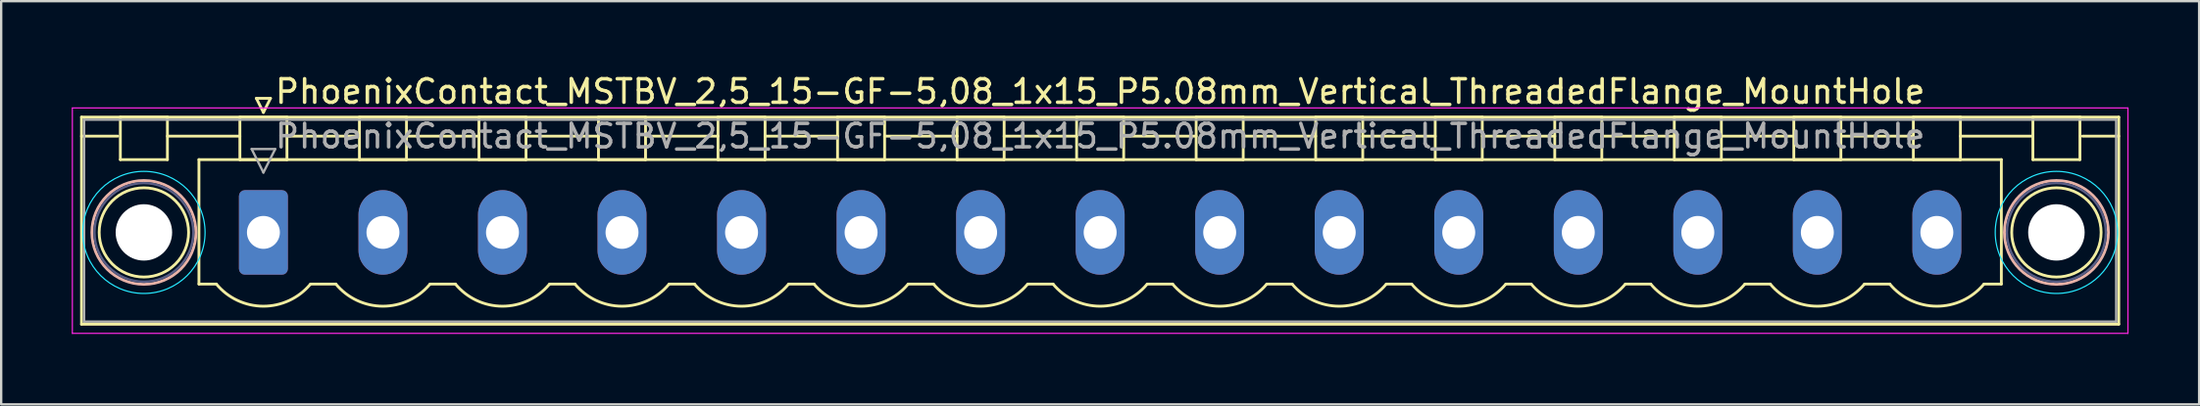
<source format=kicad_pcb>
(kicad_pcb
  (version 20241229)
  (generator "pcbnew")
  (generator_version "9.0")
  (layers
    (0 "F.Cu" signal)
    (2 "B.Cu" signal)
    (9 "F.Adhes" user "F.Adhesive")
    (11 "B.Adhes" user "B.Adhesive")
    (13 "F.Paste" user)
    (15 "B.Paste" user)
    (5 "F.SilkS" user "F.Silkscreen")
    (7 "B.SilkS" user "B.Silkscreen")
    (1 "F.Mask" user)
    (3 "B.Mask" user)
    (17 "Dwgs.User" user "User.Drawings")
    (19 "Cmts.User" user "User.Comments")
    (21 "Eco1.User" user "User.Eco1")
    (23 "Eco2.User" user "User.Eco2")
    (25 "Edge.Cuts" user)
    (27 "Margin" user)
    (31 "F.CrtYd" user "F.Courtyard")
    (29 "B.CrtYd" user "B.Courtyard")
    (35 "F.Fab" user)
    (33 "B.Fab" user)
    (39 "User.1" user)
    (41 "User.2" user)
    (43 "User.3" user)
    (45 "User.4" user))
  (footprint "PhoenixContact_MSTBV_2,5_15-GF-5,08_1x15_P5.08mm_Vertical_ThreadedFlange_MountHole"
    (layer "F.Cu")
    (at 8.145 6.848)
    (property "Reference" "PhoenixContact_MSTBV_2,5_15-GF-5,08_1x15_P5.08mm_Vertical_ThreadedFlange_MountHole" (at 35.56 -6 0) (layer "F.SilkS") (effects (font (size 1 1) (thickness 0.15))))
    (attr through_hole)
    (fp_line (start -7.73 -4.91) (end -7.73 3.91) (stroke (width 0.12) (type solid)) (layer "F.SilkS"))
    (fp_line (start -7.73 -4.1) (end -6.19 -4.1) (stroke (width 0.12) (type solid)) (layer "F.SilkS"))
    (fp_line (start -7.73 3.91) (end 78.85 3.91) (stroke (width 0.12) (type solid)) (layer "F.SilkS"))
    (fp_line (start -6.08 -4.91) (end -4.08 -4.91) (stroke (width 0.12) (type solid)) (layer "F.SilkS"))
    (fp_line (start -6.08 -3.1) (end -6.08 -4.91) (stroke (width 0.12) (type solid)) (layer "F.SilkS"))
    (fp_line (start -4.08 -4.91) (end -4.08 -3.1) (stroke (width 0.12) (type solid)) (layer "F.SilkS"))
    (fp_line (start -4.08 -4.1) (end -1 -4.1) (stroke (width 0.12) (type solid)) (layer "F.SilkS"))
    (fp_line (start -4.08 -3.1) (end -6.08 -3.1) (stroke (width 0.12) (type solid)) (layer "F.SilkS"))
    (fp_line (start -2.74 -3.1) (end 73.86 -3.1) (stroke (width 0.12) (type solid)) (layer "F.SilkS"))
    (fp_line (start -2.74 2.2) (end -2.74 -3.1) (stroke (width 0.12) (type solid)) (layer "F.SilkS"))
    (fp_line (start -2 2.2) (end -2.74 2.2) (stroke (width 0.12) (type solid)) (layer "F.SilkS"))
    (fp_line (start -1 -4.91) (end 1 -4.91) (stroke (width 0.12) (type solid)) (layer "F.SilkS"))
    (fp_line (start -1 -3.1) (end -1 -4.91) (stroke (width 0.12) (type solid)) (layer "F.SilkS"))
    (fp_line (start -0.3 -5.71) (end 0.3 -5.71) (stroke (width 0.12) (type solid)) (layer "F.SilkS"))
    (fp_line (start 0 -5.11) (end -0.3 -5.71) (stroke (width 0.12) (type solid)) (layer "F.SilkS"))
    (fp_line (start 0.3 -5.71) (end 0 -5.11) (stroke (width 0.12) (type solid)) (layer "F.SilkS"))
    (fp_line (start 1 -4.91) (end 1 -3.1) (stroke (width 0.12) (type solid)) (layer "F.SilkS"))
    (fp_line (start 1 -4.1) (end 4.08 -4.1) (stroke (width 0.12) (type solid)) (layer "F.SilkS"))
    (fp_line (start 1 -3.1) (end -1 -3.1) (stroke (width 0.12) (type solid)) (layer "F.SilkS"))
    (fp_line (start 2 2.2) (end 3.08 2.2) (stroke (width 0.12) (type solid)) (layer "F.SilkS"))
    (fp_line (start 4.08 -4.91) (end 6.08 -4.91) (stroke (width 0.12) (type solid)) (layer "F.SilkS"))
    (fp_line (start 4.08 -3.1) (end 4.08 -4.91) (stroke (width 0.12) (type solid)) (layer "F.SilkS"))
    (fp_line (start 6.08 -4.91) (end 6.08 -3.1) (stroke (width 0.12) (type solid)) (layer "F.SilkS"))
    (fp_line (start 6.08 -4.1) (end 9.16 -4.1) (stroke (width 0.12) (type solid)) (layer "F.SilkS"))
    (fp_line (start 6.08 -3.1) (end 4.08 -3.1) (stroke (width 0.12) (type solid)) (layer "F.SilkS"))
    (fp_line (start 7.08 2.2) (end 8.16 2.2) (stroke (width 0.12) (type solid)) (layer "F.SilkS"))
    (fp_line (start 9.16 -4.91) (end 11.16 -4.91) (stroke (width 0.12) (type solid)) (layer "F.SilkS"))
    (fp_line (start 9.16 -3.1) (end 9.16 -4.91) (stroke (width 0.12) (type solid)) (layer "F.SilkS"))
    (fp_line (start 11.16 -4.91) (end 11.16 -3.1) (stroke (width 0.12) (type solid)) (layer "F.SilkS"))
    (fp_line (start 11.16 -4.1) (end 14.24 -4.1) (stroke (width 0.12) (type solid)) (layer "F.SilkS"))
    (fp_line (start 11.16 -3.1) (end 9.16 -3.1) (stroke (width 0.12) (type solid)) (layer "F.SilkS"))
    (fp_line (start 12.16 2.2) (end 13.24 2.2) (stroke (width 0.12) (type solid)) (layer "F.SilkS"))
    (fp_line (start 14.24 -4.91) (end 16.24 -4.91) (stroke (width 0.12) (type solid)) (layer "F.SilkS"))
    (fp_line (start 14.24 -3.1) (end 14.24 -4.91) (stroke (width 0.12) (type solid)) (layer "F.SilkS"))
    (fp_line (start 16.24 -4.91) (end 16.24 -3.1) (stroke (width 0.12) (type solid)) (layer "F.SilkS"))
    (fp_line (start 16.24 -4.1) (end 19.32 -4.1) (stroke (width 0.12) (type solid)) (layer "F.SilkS"))
    (fp_line (start 16.24 -3.1) (end 14.24 -3.1) (stroke (width 0.12) (type solid)) (layer "F.SilkS"))
    (fp_line (start 17.24 2.2) (end 18.32 2.2) (stroke (width 0.12) (type solid)) (layer "F.SilkS"))
    (fp_line (start 19.32 -4.91) (end 21.32 -4.91) (stroke (width 0.12) (type solid)) (layer "F.SilkS"))
    (fp_line (start 19.32 -3.1) (end 19.32 -4.91) (stroke (width 0.12) (type solid)) (layer "F.SilkS"))
    (fp_line (start 21.32 -4.91) (end 21.32 -3.1) (stroke (width 0.12) (type solid)) (layer "F.SilkS"))
    (fp_line (start 21.32 -4.1) (end 24.4 -4.1) (stroke (width 0.12) (type solid)) (layer "F.SilkS"))
    (fp_line (start 21.32 -3.1) (end 19.32 -3.1) (stroke (width 0.12) (type solid)) (layer "F.SilkS"))
    (fp_line (start 22.32 2.2) (end 23.4 2.2) (stroke (width 0.12) (type solid)) (layer "F.SilkS"))
    (fp_line (start 24.4 -4.91) (end 26.4 -4.91) (stroke (width 0.12) (type solid)) (layer "F.SilkS"))
    (fp_line (start 24.4 -3.1) (end 24.4 -4.91) (stroke (width 0.12) (type solid)) (layer "F.SilkS"))
    (fp_line (start 26.4 -4.91) (end 26.4 -3.1) (stroke (width 0.12) (type solid)) (layer "F.SilkS"))
    (fp_line (start 26.4 -4.1) (end 29.48 -4.1) (stroke (width 0.12) (type solid)) (layer "F.SilkS"))
    (fp_line (start 26.4 -3.1) (end 24.4 -3.1) (stroke (width 0.12) (type solid)) (layer "F.SilkS"))
    (fp_line (start 27.4 2.2) (end 28.48 2.2) (stroke (width 0.12) (type solid)) (layer "F.SilkS"))
    (fp_line (start 29.48 -4.91) (end 31.48 -4.91) (stroke (width 0.12) (type solid)) (layer "F.SilkS"))
    (fp_line (start 29.48 -3.1) (end 29.48 -4.91) (stroke (width 0.12) (type solid)) (layer "F.SilkS"))
    (fp_line (start 31.48 -4.91) (end 31.48 -3.1) (stroke (width 0.12) (type solid)) (layer "F.SilkS"))
    (fp_line (start 31.48 -4.1) (end 34.56 -4.1) (stroke (width 0.12) (type solid)) (layer "F.SilkS"))
    (fp_line (start 31.48 -3.1) (end 29.48 -3.1) (stroke (width 0.12) (type solid)) (layer "F.SilkS"))
    (fp_line (start 32.48 2.2) (end 33.56 2.2) (stroke (width 0.12) (type solid)) (layer "F.SilkS"))
    (fp_line (start 34.56 -4.91) (end 36.56 -4.91) (stroke (width 0.12) (type solid)) (layer "F.SilkS"))
    (fp_line (start 34.56 -3.1) (end 34.56 -4.91) (stroke (width 0.12) (type solid)) (layer "F.SilkS"))
    (fp_line (start 36.56 -4.91) (end 36.56 -3.1) (stroke (width 0.12) (type solid)) (layer "F.SilkS"))
    (fp_line (start 36.56 -4.1) (end 39.64 -4.1) (stroke (width 0.12) (type solid)) (layer "F.SilkS"))
    (fp_line (start 36.56 -3.1) (end 34.56 -3.1) (stroke (width 0.12) (type solid)) (layer "F.SilkS"))
    (fp_line (start 37.56 2.2) (end 38.64 2.2) (stroke (width 0.12) (type solid)) (layer "F.SilkS"))
    (fp_line (start 39.64 -4.91) (end 41.64 -4.91) (stroke (width 0.12) (type solid)) (layer "F.SilkS"))
    (fp_line (start 39.64 -3.1) (end 39.64 -4.91) (stroke (width 0.12) (type solid)) (layer "F.SilkS"))
    (fp_line (start 41.64 -4.91) (end 41.64 -3.1) (stroke (width 0.12) (type solid)) (layer "F.SilkS"))
    (fp_line (start 41.64 -4.1) (end 44.72 -4.1) (stroke (width 0.12) (type solid)) (layer "F.SilkS"))
    (fp_line (start 41.64 -3.1) (end 39.64 -3.1) (stroke (width 0.12) (type solid)) (layer "F.SilkS"))
    (fp_line (start 42.64 2.2) (end 43.72 2.2) (stroke (width 0.12) (type solid)) (layer "F.SilkS"))
    (fp_line (start 44.72 -4.91) (end 46.72 -4.91) (stroke (width 0.12) (type solid)) (layer "F.SilkS"))
    (fp_line (start 44.72 -3.1) (end 44.72 -4.91) (stroke (width 0.12) (type solid)) (layer "F.SilkS"))
    (fp_line (start 46.72 -4.91) (end 46.72 -3.1) (stroke (width 0.12) (type solid)) (layer "F.SilkS"))
    (fp_line (start 46.72 -4.1) (end 49.8 -4.1) (stroke (width 0.12) (type solid)) (layer "F.SilkS"))
    (fp_line (start 46.72 -3.1) (end 44.72 -3.1) (stroke (width 0.12) (type solid)) (layer "F.SilkS"))
    (fp_line (start 47.72 2.2) (end 48.8 2.2) (stroke (width 0.12) (type solid)) (layer "F.SilkS"))
    (fp_line (start 49.8 -4.91) (end 51.8 -4.91) (stroke (width 0.12) (type solid)) (layer "F.SilkS"))
    (fp_line (start 49.8 -3.1) (end 49.8 -4.91) (stroke (width 0.12) (type solid)) (layer "F.SilkS"))
    (fp_line (start 51.8 -4.91) (end 51.8 -3.1) (stroke (width 0.12) (type solid)) (layer "F.SilkS"))
    (fp_line (start 51.8 -4.1) (end 54.88 -4.1) (stroke (width 0.12) (type solid)) (layer "F.SilkS"))
    (fp_line (start 51.8 -3.1) (end 49.8 -3.1) (stroke (width 0.12) (type solid)) (layer "F.SilkS"))
    (fp_line (start 52.8 2.2) (end 53.88 2.2) (stroke (width 0.12) (type solid)) (layer "F.SilkS"))
    (fp_line (start 54.88 -4.91) (end 56.88 -4.91) (stroke (width 0.12) (type solid)) (layer "F.SilkS"))
    (fp_line (start 54.88 -3.1) (end 54.88 -4.91) (stroke (width 0.12) (type solid)) (layer "F.SilkS"))
    (fp_line (start 56.88 -4.91) (end 56.88 -3.1) (stroke (width 0.12) (type solid)) (layer "F.SilkS"))
    (fp_line (start 56.88 -4.1) (end 59.96 -4.1) (stroke (width 0.12) (type solid)) (layer "F.SilkS"))
    (fp_line (start 56.88 -3.1) (end 54.88 -3.1) (stroke (width 0.12) (type solid)) (layer "F.SilkS"))
    (fp_line (start 57.88 2.2) (end 58.96 2.2) (stroke (width 0.12) (type solid)) (layer "F.SilkS"))
    (fp_line (start 59.96 -4.91) (end 61.96 -4.91) (stroke (width 0.12) (type solid)) (layer "F.SilkS"))
    (fp_line (start 59.96 -3.1) (end 59.96 -4.91) (stroke (width 0.12) (type solid)) (layer "F.SilkS"))
    (fp_line (start 61.96 -4.91) (end 61.96 -3.1) (stroke (width 0.12) (type solid)) (layer "F.SilkS"))
    (fp_line (start 61.96 -4.1) (end 65.04 -4.1) (stroke (width 0.12) (type solid)) (layer "F.SilkS"))
    (fp_line (start 61.96 -3.1) (end 59.96 -3.1) (stroke (width 0.12) (type solid)) (layer "F.SilkS"))
    (fp_line (start 62.96 2.2) (end 64.04 2.2) (stroke (width 0.12) (type solid)) (layer "F.SilkS"))
    (fp_line (start 65.04 -4.91) (end 67.04 -4.91) (stroke (width 0.12) (type solid)) (layer "F.SilkS"))
    (fp_line (start 65.04 -3.1) (end 65.04 -4.91) (stroke (width 0.12) (type solid)) (layer "F.SilkS"))
    (fp_line (start 67.04 -4.91) (end 67.04 -3.1) (stroke (width 0.12) (type solid)) (layer "F.SilkS"))
    (fp_line (start 67.04 -4.1) (end 70.12 -4.1) (stroke (width 0.12) (type solid)) (layer "F.SilkS"))
    (fp_line (start 67.04 -3.1) (end 65.04 -3.1) (stroke (width 0.12) (type solid)) (layer "F.SilkS"))
    (fp_line (start 68.04 2.2) (end 69.12 2.2) (stroke (width 0.12) (type solid)) (layer "F.SilkS"))
    (fp_line (start 70.12 -4.91) (end 72.12 -4.91) (stroke (width 0.12) (type solid)) (layer "F.SilkS"))
    (fp_line (start 70.12 -3.1) (end 70.12 -4.91) (stroke (width 0.12) (type solid)) (layer "F.SilkS"))
    (fp_line (start 72.12 -4.91) (end 72.12 -3.1) (stroke (width 0.12) (type solid)) (layer "F.SilkS"))
    (fp_line (start 72.12 -4.1) (end 75.2 -4.1) (stroke (width 0.12) (type solid)) (layer "F.SilkS"))
    (fp_line (start 72.12 -3.1) (end 70.12 -3.1) (stroke (width 0.12) (type solid)) (layer "F.SilkS"))
    (fp_line (start 73.86 -3.1) (end 73.86 2.2) (stroke (width 0.12) (type solid)) (layer "F.SilkS"))
    (fp_line (start 73.86 2.2) (end 73.12 2.2) (stroke (width 0.12) (type solid)) (layer "F.SilkS"))
    (fp_line (start 75.2 -4.91) (end 77.2 -4.91) (stroke (width 0.12) (type solid)) (layer "F.SilkS"))
    (fp_line (start 75.2 -3.1) (end 75.2 -4.91) (stroke (width 0.12) (type solid)) (layer "F.SilkS"))
    (fp_line (start 77.2 -4.91) (end 77.2 -3.1) (stroke (width 0.12) (type solid)) (layer "F.SilkS"))
    (fp_line (start 77.2 -3.1) (end 75.2 -3.1) (stroke (width 0.12) (type solid)) (layer "F.SilkS"))
    (fp_line (start 78.85 -4.91) (end -7.73 -4.91) (stroke (width 0.12) (type solid)) (layer "F.SilkS"))
    (fp_line (start 78.85 -4.1) (end 77.31 -4.1) (stroke (width 0.12) (type solid)) (layer "F.SilkS"))
    (fp_line (start 78.85 3.91) (end 78.85 -4.91) (stroke (width 0.12) (type solid)) (layer "F.SilkS"))
    (fp_arc (start 1.986842 2.215821) (mid -0.010289 3.142758) (end -2 2.2) (stroke (width 0.12) (type solid)) (layer "F.SilkS"))
    (fp_arc (start 7.066842 2.215821) (mid 5.069711 3.142758) (end 3.08 2.2) (stroke (width 0.12) (type solid)) (layer "F.SilkS"))
    (fp_arc (start 12.146842 2.215821) (mid 10.149711 3.142758) (end 8.16 2.2) (stroke (width 0.12) (type solid)) (layer "F.SilkS"))
    (fp_arc (start 17.226842 2.215821) (mid 15.229711 3.142758) (end 13.24 2.2) (stroke (width 0.12) (type solid)) (layer "F.SilkS"))
    (fp_arc (start 22.306842 2.215821) (mid 20.309711 3.142758) (end 18.32 2.2) (stroke (width 0.12) (type solid)) (layer "F.SilkS"))
    (fp_arc (start 27.386842 2.215821) (mid 25.389711 3.142758) (end 23.4 2.2) (stroke (width 0.12) (type solid)) (layer "F.SilkS"))
    (fp_arc (start 32.466842 2.215821) (mid 30.469711 3.142758) (end 28.48 2.2) (stroke (width 0.12) (type solid)) (layer "F.SilkS"))
    (fp_arc (start 37.546842 2.215821) (mid 35.549711 3.142758) (end 33.56 2.2) (stroke (width 0.12) (type solid)) (layer "F.SilkS"))
    (fp_arc (start 42.626842 2.215821) (mid 40.629711 3.142758) (end 38.64 2.2) (stroke (width 0.12) (type solid)) (layer "F.SilkS"))
    (fp_arc (start 47.706842 2.215821) (mid 45.709711 3.142758) (end 43.72 2.2) (stroke (width 0.12) (type solid)) (layer "F.SilkS"))
    (fp_arc (start 52.786842 2.215821) (mid 50.789711 3.142758) (end 48.8 2.2) (stroke (width 0.12) (type solid)) (layer "F.SilkS"))
    (fp_arc (start 57.866842 2.215821) (mid 55.869711 3.142758) (end 53.88 2.2) (stroke (width 0.12) (type solid)) (layer "F.SilkS"))
    (fp_arc (start 62.946842 2.215821) (mid 60.949711 3.142758) (end 58.96 2.2) (stroke (width 0.12) (type solid)) (layer "F.SilkS"))
    (fp_arc (start 68.026842 2.215821) (mid 66.029711 3.142758) (end 64.04 2.2) (stroke (width 0.12) (type solid)) (layer "F.SilkS"))
    (fp_arc (start 73.106842 2.215821) (mid 71.109711 3.142758) (end 69.12 2.2) (stroke (width 0.12) (type solid)) (layer "F.SilkS"))
    (fp_circle (center -5.08 0) (end -3.18 0) (stroke (width 0.12) (type solid)) (fill no) (layer "F.SilkS"))
    (fp_circle (center 76.2 0) (end 78.1 0) (stroke (width 0.12) (type solid)) (fill no) (layer "F.SilkS"))
    (fp_circle (center -5.08 0) (end -2.87 0) (stroke (width 0.12) (type solid)) (fill no) (layer "B.SilkS"))
    (fp_circle (center 76.2 0) (end 78.41 0) (stroke (width 0.12) (type solid)) (fill no) (layer "B.SilkS"))
    (fp_circle (center -5.08 0) (end -2.48 0) (stroke (width 0.05) (type solid)) (fill no) (layer "B.CrtYd"))
    (fp_circle (center 76.2 0) (end 78.8 0) (stroke (width 0.05) (type solid)) (fill no) (layer "B.CrtYd"))
    (fp_line (start -8.12 -5.3) (end -8.12 4.3) (stroke (width 0.05) (type solid)) (layer "F.CrtYd"))
    (fp_line (start -8.12 4.3) (end 79.24 4.3) (stroke (width 0.05) (type solid)) (layer "F.CrtYd"))
    (fp_line (start 79.24 -5.3) (end -8.12 -5.3) (stroke (width 0.05) (type solid)) (layer "F.CrtYd"))
    (fp_line (start 79.24 4.3) (end 79.24 -5.3) (stroke (width 0.05) (type solid)) (layer "F.CrtYd"))
    (fp_circle (center -5.08 0) (end -2.98 0) (stroke (width 0.1) (type solid)) (fill no) (layer "B.Fab"))
    (fp_circle (center 76.2 0) (end 78.3 0) (stroke (width 0.1) (type solid)) (fill no) (layer "B.Fab"))
    (fp_line (start -7.62 -4.8) (end -7.62 3.8) (stroke (width 0.1) (type solid)) (layer "F.Fab"))
    (fp_line (start -7.62 3.8) (end 78.74 3.8) (stroke (width 0.1) (type solid)) (layer "F.Fab"))
    (fp_line (start -0.5 -3.55) (end 0.5 -3.55) (stroke (width 0.1) (type solid)) (layer "F.Fab"))
    (fp_line (start 0 -2.55) (end -0.5 -3.55) (stroke (width 0.1) (type solid)) (layer "F.Fab"))
    (fp_line (start 0.5 -3.55) (end 0 -2.55) (stroke (width 0.1) (type solid)) (layer "F.Fab"))
    (fp_line (start 78.74 -4.8) (end -7.62 -4.8) (stroke (width 0.1) (type solid)) (layer "F.Fab"))
    (fp_line (start 78.74 3.8) (end 78.74 -4.8) (stroke (width 0.1) (type solid)) (layer "F.Fab"))
    (fp_text user "${REFERENCE}" (at 35.56 -4.1 0) (layer "F.Fab") (effects (font (size 1 1) (thickness 0.15))))
    (pad "" np_thru_hole circle (at -5.08 0) (size 2.4 2.4) (drill 2.4) (layers "*.Cu" "*.Mask"))
    (pad "" np_thru_hole circle (at 76.2 0) (size 2.4 2.4) (drill 2.4) (layers "*.Cu" "*.Mask"))
    (pad "1" thru_hole roundrect (at 0 0) (size 2.08 3.6) (drill 1.4) (layers "*.Cu" "*.Mask") (roundrect_rratio 0.12))
    (pad "2" thru_hole oval (at 5.08 0) (size 2.08 3.6) (drill 1.4) (layers "*.Cu" "*.Mask"))
    (pad "3" thru_hole oval (at 10.16 0) (size 2.08 3.6) (drill 1.4) (layers "*.Cu" "*.Mask"))
    (pad "4" thru_hole oval (at 15.24 0) (size 2.08 3.6) (drill 1.4) (layers "*.Cu" "*.Mask"))
    (pad "5" thru_hole oval (at 20.32 0) (size 2.08 3.6) (drill 1.4) (layers "*.Cu" "*.Mask"))
    (pad "6" thru_hole oval (at 25.4 0) (size 2.08 3.6) (drill 1.4) (layers "*.Cu" "*.Mask"))
    (pad "7" thru_hole oval (at 30.48 0) (size 2.08 3.6) (drill 1.4) (layers "*.Cu" "*.Mask"))
    (pad "8" thru_hole oval (at 35.56 0) (size 2.08 3.6) (drill 1.4) (layers "*.Cu" "*.Mask"))
    (pad "9" thru_hole oval (at 40.64 0) (size 2.08 3.6) (drill 1.4) (layers "*.Cu" "*.Mask"))
    (pad "10" thru_hole oval (at 45.72 0) (size 2.08 3.6) (drill 1.4) (layers "*.Cu" "*.Mask"))
    (pad "11" thru_hole oval (at 50.8 0) (size 2.08 3.6) (drill 1.4) (layers "*.Cu" "*.Mask"))
    (pad "12" thru_hole oval (at 55.88 0) (size 2.08 3.6) (drill 1.4) (layers "*.Cu" "*.Mask"))
    (pad "13" thru_hole oval (at 60.96 0) (size 2.08 3.6) (drill 1.4) (layers "*.Cu" "*.Mask"))
    (pad "14" thru_hole oval (at 66.04 0) (size 2.08 3.6) (drill 1.4) (layers "*.Cu" "*.Mask"))
    (pad "15" thru_hole oval (at 71.12 0) (size 2.08 3.6) (drill 1.4) (layers "*.Cu" "*.Mask")))
  (gr_rect
    (start -3 -3)
    (end 90.41 14.173)
    (stroke (width 0.1) (type default))
    (fill no)
    (layer "Edge.Cuts")))
</source>
